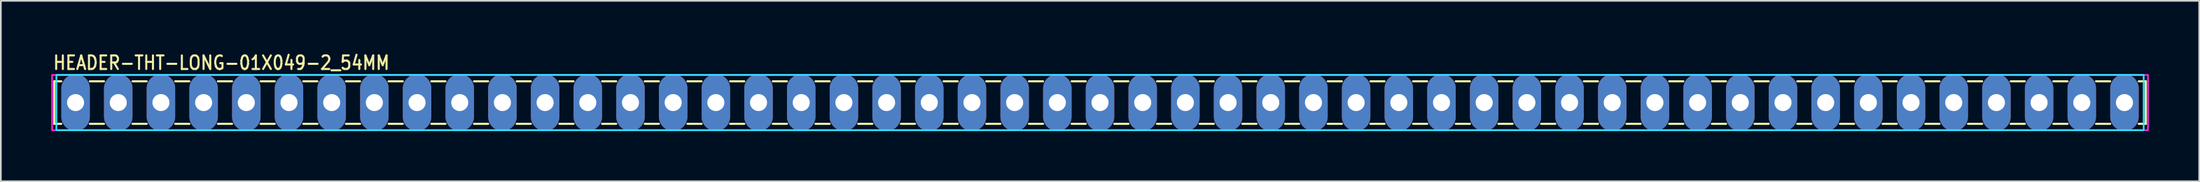
<source format=kicad_pcb>
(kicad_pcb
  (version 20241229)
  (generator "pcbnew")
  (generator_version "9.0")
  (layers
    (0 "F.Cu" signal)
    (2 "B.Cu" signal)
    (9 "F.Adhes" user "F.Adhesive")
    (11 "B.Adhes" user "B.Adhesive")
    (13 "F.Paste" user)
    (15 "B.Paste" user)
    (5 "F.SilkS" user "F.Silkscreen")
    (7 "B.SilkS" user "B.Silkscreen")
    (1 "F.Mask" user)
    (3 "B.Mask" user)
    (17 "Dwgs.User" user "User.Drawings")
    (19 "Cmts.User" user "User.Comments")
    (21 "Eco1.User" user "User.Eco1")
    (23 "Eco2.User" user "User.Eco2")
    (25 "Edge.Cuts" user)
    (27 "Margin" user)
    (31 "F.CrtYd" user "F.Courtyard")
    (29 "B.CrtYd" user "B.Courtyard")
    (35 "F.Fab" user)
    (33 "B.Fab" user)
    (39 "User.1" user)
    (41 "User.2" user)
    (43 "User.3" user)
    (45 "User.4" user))
  (footprint "HEADER-THT-LONG-01X049-2_54MM"
    (layer "F.Cu")
    (at 1.447 3.079)
    (property "Reference" "HEADER-THT-LONG-01X049-2_54MM" (at -1.4 -1.9 0) (unlocked yes) (layer "F.SilkS") (effects (font (size 0.813 0.695) (thickness 0.122)) (justify left bottom)))
    (fp_line (start -1.27 -1.27) (end -1.27 1.27) (stroke (width 0.127) (type solid)) (layer "F.SilkS"))
    (fp_line (start -1.27 1.27) (end -0.85 1.27) (stroke (width 0.127) (type solid)) (layer "F.SilkS"))
    (fp_line (start -0.85 -1.27) (end -1.27 -1.27) (stroke (width 0.127) (type solid)) (layer "F.SilkS"))
    (fp_line (start 0.85 -1.27) (end 1.69 -1.27) (stroke (width 0.127) (type solid)) (layer "F.SilkS"))
    (fp_line (start 0.85 1.27) (end 1.69 1.27) (stroke (width 0.127) (type solid)) (layer "F.SilkS"))
    (fp_line (start 3.39 -1.27) (end 4.23 -1.27) (stroke (width 0.127) (type solid)) (layer "F.SilkS"))
    (fp_line (start 3.39 1.27) (end 4.23 1.27) (stroke (width 0.127) (type solid)) (layer "F.SilkS"))
    (fp_line (start 5.93 -1.27) (end 6.77 -1.27) (stroke (width 0.127) (type solid)) (layer "F.SilkS"))
    (fp_line (start 5.93 1.27) (end 6.77 1.27) (stroke (width 0.127) (type solid)) (layer "F.SilkS"))
    (fp_line (start 8.47 -1.27) (end 9.31 -1.27) (stroke (width 0.127) (type solid)) (layer "F.SilkS"))
    (fp_line (start 8.47 1.27) (end 9.31 1.27) (stroke (width 0.127) (type solid)) (layer "F.SilkS"))
    (fp_line (start 11.01 -1.27) (end 11.85 -1.27) (stroke (width 0.127) (type solid)) (layer "F.SilkS"))
    (fp_line (start 11.01 1.27) (end 11.85 1.27) (stroke (width 0.127) (type solid)) (layer "F.SilkS"))
    (fp_line (start 13.55 -1.27) (end 14.39 -1.27) (stroke (width 0.127) (type solid)) (layer "F.SilkS"))
    (fp_line (start 13.55 1.27) (end 14.39 1.27) (stroke (width 0.127) (type solid)) (layer "F.SilkS"))
    (fp_line (start 16.09 -1.27) (end 16.93 -1.27) (stroke (width 0.127) (type solid)) (layer "F.SilkS"))
    (fp_line (start 16.09 1.27) (end 16.93 1.27) (stroke (width 0.127) (type solid)) (layer "F.SilkS"))
    (fp_line (start 18.63 -1.27) (end 19.47 -1.27) (stroke (width 0.127) (type solid)) (layer "F.SilkS"))
    (fp_line (start 18.63 1.27) (end 19.47 1.27) (stroke (width 0.127) (type solid)) (layer "F.SilkS"))
    (fp_line (start 21.17 -1.27) (end 22.01 -1.27) (stroke (width 0.127) (type solid)) (layer "F.SilkS"))
    (fp_line (start 21.17 1.27) (end 22.01 1.27) (stroke (width 0.127) (type solid)) (layer "F.SilkS"))
    (fp_line (start 23.71 -1.27) (end 24.55 -1.27) (stroke (width 0.127) (type solid)) (layer "F.SilkS"))
    (fp_line (start 23.71 1.27) (end 24.55 1.27) (stroke (width 0.127) (type solid)) (layer "F.SilkS"))
    (fp_line (start 26.25 -1.27) (end 27.09 -1.27) (stroke (width 0.127) (type solid)) (layer "F.SilkS"))
    (fp_line (start 26.25 1.27) (end 27.09 1.27) (stroke (width 0.127) (type solid)) (layer "F.SilkS"))
    (fp_line (start 28.79 -1.27) (end 29.63 -1.27) (stroke (width 0.127) (type solid)) (layer "F.SilkS"))
    (fp_line (start 28.79 1.27) (end 29.63 1.27) (stroke (width 0.127) (type solid)) (layer "F.SilkS"))
    (fp_line (start 31.33 -1.27) (end 32.17 -1.27) (stroke (width 0.127) (type solid)) (layer "F.SilkS"))
    (fp_line (start 31.33 1.27) (end 32.17 1.27) (stroke (width 0.127) (type solid)) (layer "F.SilkS"))
    (fp_line (start 33.87 -1.27) (end 34.71 -1.27) (stroke (width 0.127) (type solid)) (layer "F.SilkS"))
    (fp_line (start 33.87 1.27) (end 34.71 1.27) (stroke (width 0.127) (type solid)) (layer "F.SilkS"))
    (fp_line (start 36.41 -1.27) (end 37.25 -1.27) (stroke (width 0.127) (type solid)) (layer "F.SilkS"))
    (fp_line (start 36.41 1.27) (end 37.25 1.27) (stroke (width 0.127) (type solid)) (layer "F.SilkS"))
    (fp_line (start 38.95 -1.27) (end 39.79 -1.27) (stroke (width 0.127) (type solid)) (layer "F.SilkS"))
    (fp_line (start 38.95 1.27) (end 39.79 1.27) (stroke (width 0.127) (type solid)) (layer "F.SilkS"))
    (fp_line (start 41.49 -1.27) (end 42.33 -1.27) (stroke (width 0.127) (type solid)) (layer "F.SilkS"))
    (fp_line (start 41.49 1.27) (end 42.33 1.27) (stroke (width 0.127) (type solid)) (layer "F.SilkS"))
    (fp_line (start 44.03 -1.27) (end 44.87 -1.27) (stroke (width 0.127) (type solid)) (layer "F.SilkS"))
    (fp_line (start 44.03 1.27) (end 44.87 1.27) (stroke (width 0.127) (type solid)) (layer "F.SilkS"))
    (fp_line (start 46.57 -1.27) (end 47.41 -1.27) (stroke (width 0.127) (type solid)) (layer "F.SilkS"))
    (fp_line (start 46.57 1.27) (end 47.41 1.27) (stroke (width 0.127) (type solid)) (layer "F.SilkS"))
    (fp_line (start 49.11 -1.27) (end 49.95 -1.27) (stroke (width 0.127) (type solid)) (layer "F.SilkS"))
    (fp_line (start 49.11 1.27) (end 49.95 1.27) (stroke (width 0.127) (type solid)) (layer "F.SilkS"))
    (fp_line (start 51.65 -1.27) (end 52.49 -1.27) (stroke (width 0.127) (type solid)) (layer "F.SilkS"))
    (fp_line (start 51.65 1.27) (end 52.49 1.27) (stroke (width 0.127) (type solid)) (layer "F.SilkS"))
    (fp_line (start 54.19 -1.27) (end 55.03 -1.27) (stroke (width 0.127) (type solid)) (layer "F.SilkS"))
    (fp_line (start 54.19 1.27) (end 55.03 1.27) (stroke (width 0.127) (type solid)) (layer "F.SilkS"))
    (fp_line (start 56.73 -1.27) (end 57.57 -1.27) (stroke (width 0.127) (type solid)) (layer "F.SilkS"))
    (fp_line (start 56.73 1.27) (end 57.57 1.27) (stroke (width 0.127) (type solid)) (layer "F.SilkS"))
    (fp_line (start 59.27 -1.27) (end 60.11 -1.27) (stroke (width 0.127) (type solid)) (layer "F.SilkS"))
    (fp_line (start 59.27 1.27) (end 60.11 1.27) (stroke (width 0.127) (type solid)) (layer "F.SilkS"))
    (fp_line (start 61.81 -1.27) (end 62.65 -1.27) (stroke (width 0.127) (type solid)) (layer "F.SilkS"))
    (fp_line (start 61.81 1.27) (end 62.65 1.27) (stroke (width 0.127) (type solid)) (layer "F.SilkS"))
    (fp_line (start 64.35 -1.27) (end 65.19 -1.27) (stroke (width 0.127) (type solid)) (layer "F.SilkS"))
    (fp_line (start 64.35 1.27) (end 65.19 1.27) (stroke (width 0.127) (type solid)) (layer "F.SilkS"))
    (fp_line (start 66.89 -1.27) (end 67.73 -1.27) (stroke (width 0.127) (type solid)) (layer "F.SilkS"))
    (fp_line (start 66.89 1.27) (end 67.73 1.27) (stroke (width 0.127) (type solid)) (layer "F.SilkS"))
    (fp_line (start 69.43 -1.27) (end 70.27 -1.27) (stroke (width 0.127) (type solid)) (layer "F.SilkS"))
    (fp_line (start 69.43 1.27) (end 70.27 1.27) (stroke (width 0.127) (type solid)) (layer "F.SilkS"))
    (fp_line (start 71.97 -1.27) (end 72.81 -1.27) (stroke (width 0.127) (type solid)) (layer "F.SilkS"))
    (fp_line (start 71.97 1.27) (end 72.81 1.27) (stroke (width 0.127) (type solid)) (layer "F.SilkS"))
    (fp_line (start 74.51 -1.27) (end 75.35 -1.27) (stroke (width 0.127) (type solid)) (layer "F.SilkS"))
    (fp_line (start 74.51 1.27) (end 75.35 1.27) (stroke (width 0.127) (type solid)) (layer "F.SilkS"))
    (fp_line (start 77.05 -1.27) (end 77.89 -1.27) (stroke (width 0.127) (type solid)) (layer "F.SilkS"))
    (fp_line (start 77.05 1.27) (end 77.89 1.27) (stroke (width 0.127) (type solid)) (layer "F.SilkS"))
    (fp_line (start 79.59 -1.27) (end 80.43 -1.27) (stroke (width 0.127) (type solid)) (layer "F.SilkS"))
    (fp_line (start 79.59 1.27) (end 80.43 1.27) (stroke (width 0.127) (type solid)) (layer "F.SilkS"))
    (fp_line (start 82.13 -1.27) (end 82.97 -1.27) (stroke (width 0.127) (type solid)) (layer "F.SilkS"))
    (fp_line (start 82.13 1.27) (end 82.97 1.27) (stroke (width 0.127) (type solid)) (layer "F.SilkS"))
    (fp_line (start 84.67 -1.27) (end 85.51 -1.27) (stroke (width 0.127) (type solid)) (layer "F.SilkS"))
    (fp_line (start 84.67 1.27) (end 85.51 1.27) (stroke (width 0.127) (type solid)) (layer "F.SilkS"))
    (fp_line (start 87.21 -1.27) (end 88.05 -1.27) (stroke (width 0.127) (type solid)) (layer "F.SilkS"))
    (fp_line (start 87.21 1.27) (end 88.05 1.27) (stroke (width 0.127) (type solid)) (layer "F.SilkS"))
    (fp_line (start 89.75 -1.27) (end 90.59 -1.27) (stroke (width 0.127) (type solid)) (layer "F.SilkS"))
    (fp_line (start 89.75 1.27) (end 90.59 1.27) (stroke (width 0.127) (type solid)) (layer "F.SilkS"))
    (fp_line (start 92.29 -1.27) (end 93.13 -1.27) (stroke (width 0.127) (type solid)) (layer "F.SilkS"))
    (fp_line (start 92.29 1.27) (end 93.13 1.27) (stroke (width 0.127) (type solid)) (layer "F.SilkS"))
    (fp_line (start 94.83 -1.27) (end 95.67 -1.27) (stroke (width 0.127) (type solid)) (layer "F.SilkS"))
    (fp_line (start 94.83 1.27) (end 95.67 1.27) (stroke (width 0.127) (type solid)) (layer "F.SilkS"))
    (fp_line (start 97.37 -1.27) (end 98.21 -1.27) (stroke (width 0.127) (type solid)) (layer "F.SilkS"))
    (fp_line (start 97.37 1.27) (end 98.21 1.27) (stroke (width 0.127) (type solid)) (layer "F.SilkS"))
    (fp_line (start 99.91 -1.27) (end 100.75 -1.27) (stroke (width 0.127) (type solid)) (layer "F.SilkS"))
    (fp_line (start 99.91 1.27) (end 100.75 1.27) (stroke (width 0.127) (type solid)) (layer "F.SilkS"))
    (fp_line (start 102.45 -1.27) (end 103.29 -1.27) (stroke (width 0.127) (type solid)) (layer "F.SilkS"))
    (fp_line (start 102.45 1.27) (end 103.29 1.27) (stroke (width 0.127) (type solid)) (layer "F.SilkS"))
    (fp_line (start 104.99 -1.27) (end 105.83 -1.27) (stroke (width 0.127) (type solid)) (layer "F.SilkS"))
    (fp_line (start 104.99 1.27) (end 105.83 1.27) (stroke (width 0.127) (type solid)) (layer "F.SilkS"))
    (fp_line (start 107.53 -1.27) (end 108.37 -1.27) (stroke (width 0.127) (type solid)) (layer "F.SilkS"))
    (fp_line (start 107.53 1.27) (end 108.37 1.27) (stroke (width 0.127) (type solid)) (layer "F.SilkS"))
    (fp_line (start 110.07 -1.27) (end 110.91 -1.27) (stroke (width 0.127) (type solid)) (layer "F.SilkS"))
    (fp_line (start 110.07 1.27) (end 110.91 1.27) (stroke (width 0.127) (type solid)) (layer "F.SilkS"))
    (fp_line (start 112.61 -1.27) (end 113.45 -1.27) (stroke (width 0.127) (type solid)) (layer "F.SilkS"))
    (fp_line (start 112.61 1.27) (end 113.45 1.27) (stroke (width 0.127) (type solid)) (layer "F.SilkS"))
    (fp_line (start 115.15 -1.27) (end 115.99 -1.27) (stroke (width 0.127) (type solid)) (layer "F.SilkS"))
    (fp_line (start 115.15 1.27) (end 115.99 1.27) (stroke (width 0.127) (type solid)) (layer "F.SilkS"))
    (fp_line (start 117.69 -1.27) (end 118.53 -1.27) (stroke (width 0.127) (type solid)) (layer "F.SilkS"))
    (fp_line (start 117.69 1.27) (end 118.53 1.27) (stroke (width 0.127) (type solid)) (layer "F.SilkS"))
    (fp_line (start 120.23 -1.27) (end 121.07 -1.27) (stroke (width 0.127) (type solid)) (layer "F.SilkS"))
    (fp_line (start 120.23 1.27) (end 121.07 1.27) (stroke (width 0.127) (type solid)) (layer "F.SilkS"))
    (fp_line (start 122.77 -1.27) (end 123.19 -1.27) (stroke (width 0.127) (type solid)) (layer "F.SilkS"))
    (fp_line (start 123.19 -1.27) (end 123.19 1.27) (stroke (width 0.127) (type solid)) (layer "F.SilkS"))
    (fp_line (start 123.19 1.27) (end 122.77 1.27) (stroke (width 0.127) (type solid)) (layer "F.SilkS"))
    (fp_poly (pts (xy -1.143 -1.651) (xy 123.063 -1.651) (xy 123.063 1.651) (xy -1.143 1.651)) (stroke (width 0.1) (type solid)) (fill no) (layer "B.CrtYd"))
    (fp_poly (pts (xy -1.397 -1.651) (xy 123.317 -1.651) (xy 123.317 1.651) (xy -1.397 1.651)) (stroke (width 0.1) (type solid)) (fill no) (layer "F.CrtYd"))
    (pad "1" thru_hole oval (at 0 0 90) (size 3.387 1.693) (drill 1.016) (layers "*.Cu" "*.Mask"))
    (pad "2" thru_hole oval (at 2.54 0 90) (size 3.387 1.693) (drill 1.016) (layers "*.Cu" "*.Mask"))
    (pad "3" thru_hole oval (at 5.08 0 90) (size 3.387 1.693) (drill 1.016) (layers "*.Cu" "*.Mask"))
    (pad "4" thru_hole oval (at 7.62 0 90) (size 3.387 1.693) (drill 1.016) (layers "*.Cu" "*.Mask"))
    (pad "5" thru_hole oval (at 10.16 0 90) (size 3.387 1.693) (drill 1.016) (layers "*.Cu" "*.Mask"))
    (pad "6" thru_hole oval (at 12.7 0 90) (size 3.387 1.693) (drill 1.016) (layers "*.Cu" "*.Mask"))
    (pad "7" thru_hole oval (at 15.24 0 90) (size 3.387 1.693) (drill 1.016) (layers "*.Cu" "*.Mask"))
    (pad "8" thru_hole oval (at 17.78 0 90) (size 3.387 1.693) (drill 1.016) (layers "*.Cu" "*.Mask"))
    (pad "9" thru_hole oval (at 20.32 0 90) (size 3.387 1.693) (drill 1.016) (layers "*.Cu" "*.Mask"))
    (pad "10" thru_hole oval (at 22.86 0 90) (size 3.387 1.693) (drill 1.016) (layers "*.Cu" "*.Mask"))
    (pad "11" thru_hole oval (at 25.4 0 90) (size 3.387 1.693) (drill 1.016) (layers "*.Cu" "*.Mask"))
    (pad "12" thru_hole oval (at 27.94 0 90) (size 3.387 1.693) (drill 1.016) (layers "*.Cu" "*.Mask"))
    (pad "13" thru_hole oval (at 30.48 0 90) (size 3.387 1.693) (drill 1.016) (layers "*.Cu" "*.Mask"))
    (pad "14" thru_hole oval (at 33.02 0 90) (size 3.387 1.693) (drill 1.016) (layers "*.Cu" "*.Mask"))
    (pad "15" thru_hole oval (at 35.56 0 90) (size 3.387 1.693) (drill 1.016) (layers "*.Cu" "*.Mask"))
    (pad "16" thru_hole oval (at 38.1 0 90) (size 3.387 1.693) (drill 1.016) (layers "*.Cu" "*.Mask"))
    (pad "17" thru_hole oval (at 40.64 0 90) (size 3.387 1.693) (drill 1.016) (layers "*.Cu" "*.Mask"))
    (pad "18" thru_hole oval (at 43.18 0 90) (size 3.387 1.693) (drill 1.016) (layers "*.Cu" "*.Mask"))
    (pad "19" thru_hole oval (at 45.72 0 90) (size 3.387 1.693) (drill 1.016) (layers "*.Cu" "*.Mask"))
    (pad "20" thru_hole oval (at 48.26 0 90) (size 3.387 1.693) (drill 1.016) (layers "*.Cu" "*.Mask"))
    (pad "21" thru_hole oval (at 50.8 0 90) (size 3.387 1.693) (drill 1.016) (layers "*.Cu" "*.Mask"))
    (pad "22" thru_hole oval (at 53.34 0 90) (size 3.387 1.693) (drill 1.016) (layers "*.Cu" "*.Mask"))
    (pad "23" thru_hole oval (at 55.88 0 90) (size 3.387 1.693) (drill 1.016) (layers "*.Cu" "*.Mask"))
    (pad "24" thru_hole oval (at 58.42 0 90) (size 3.387 1.693) (drill 1.016) (layers "*.Cu" "*.Mask"))
    (pad "25" thru_hole oval (at 60.96 0 90) (size 3.387 1.693) (drill 1.016) (layers "*.Cu" "*.Mask"))
    (pad "26" thru_hole oval (at 63.5 0 90) (size 3.387 1.693) (drill 1.016) (layers "*.Cu" "*.Mask"))
    (pad "27" thru_hole oval (at 66.04 0 90) (size 3.387 1.693) (drill 1.016) (layers "*.Cu" "*.Mask"))
    (pad "28" thru_hole oval (at 68.58 0 90) (size 3.387 1.693) (drill 1.016) (layers "*.Cu" "*.Mask"))
    (pad "29" thru_hole oval (at 71.12 0 90) (size 3.387 1.693) (drill 1.016) (layers "*.Cu" "*.Mask"))
    (pad "30" thru_hole oval (at 73.66 0 90) (size 3.387 1.693) (drill 1.016) (layers "*.Cu" "*.Mask"))
    (pad "31" thru_hole oval (at 76.2 0 90) (size 3.387 1.693) (drill 1.016) (layers "*.Cu" "*.Mask"))
    (pad "32" thru_hole oval (at 78.74 0 90) (size 3.387 1.693) (drill 1.016) (layers "*.Cu" "*.Mask"))
    (pad "33" thru_hole oval (at 81.28 0 90) (size 3.387 1.693) (drill 1.016) (layers "*.Cu" "*.Mask"))
    (pad "34" thru_hole oval (at 83.82 0 90) (size 3.387 1.693) (drill 1.016) (layers "*.Cu" "*.Mask"))
    (pad "35" thru_hole oval (at 86.36 0 90) (size 3.387 1.693) (drill 1.016) (layers "*.Cu" "*.Mask"))
    (pad "36" thru_hole oval (at 88.9 0 90) (size 3.387 1.693) (drill 1.016) (layers "*.Cu" "*.Mask"))
    (pad "37" thru_hole oval (at 91.44 0 90) (size 3.387 1.693) (drill 1.016) (layers "*.Cu" "*.Mask"))
    (pad "38" thru_hole oval (at 93.98 0 90) (size 3.387 1.693) (drill 1.016) (layers "*.Cu" "*.Mask"))
    (pad "39" thru_hole oval (at 96.52 0 90) (size 3.387 1.693) (drill 1.016) (layers "*.Cu" "*.Mask"))
    (pad "40" thru_hole oval (at 99.06 0 90) (size 3.387 1.693) (drill 1.016) (layers "*.Cu" "*.Mask"))
    (pad "41" thru_hole oval (at 101.6 0 90) (size 3.387 1.693) (drill 1.016) (layers "*.Cu" "*.Mask"))
    (pad "42" thru_hole oval (at 104.14 0 90) (size 3.387 1.693) (drill 1.016) (layers "*.Cu" "*.Mask"))
    (pad "43" thru_hole oval (at 106.68 0 90) (size 3.387 1.693) (drill 1.016) (layers "*.Cu" "*.Mask"))
    (pad "44" thru_hole oval (at 109.22 0 90) (size 3.387 1.693) (drill 1.016) (layers "*.Cu" "*.Mask"))
    (pad "45" thru_hole oval (at 111.76 0 90) (size 3.387 1.693) (drill 1.016) (layers "*.Cu" "*.Mask"))
    (pad "46" thru_hole oval (at 114.3 0 90) (size 3.387 1.693) (drill 1.016) (layers "*.Cu" "*.Mask"))
    (pad "47" thru_hole oval (at 116.84 0 90) (size 3.387 1.693) (drill 1.016) (layers "*.Cu" "*.Mask"))
    (pad "48" thru_hole oval (at 119.38 0 90) (size 3.387 1.693) (drill 1.016) (layers "*.Cu" "*.Mask"))
    (pad "49" thru_hole oval (at 121.92 0 90) (size 3.387 1.693) (drill 1.016) (layers "*.Cu" "*.Mask")))
  (gr_rect
    (start -3 -3)
    (end 127.814 7.78)
    (stroke (width 0.1) (type default))
    (fill no)
    (layer "Edge.Cuts")))
</source>
